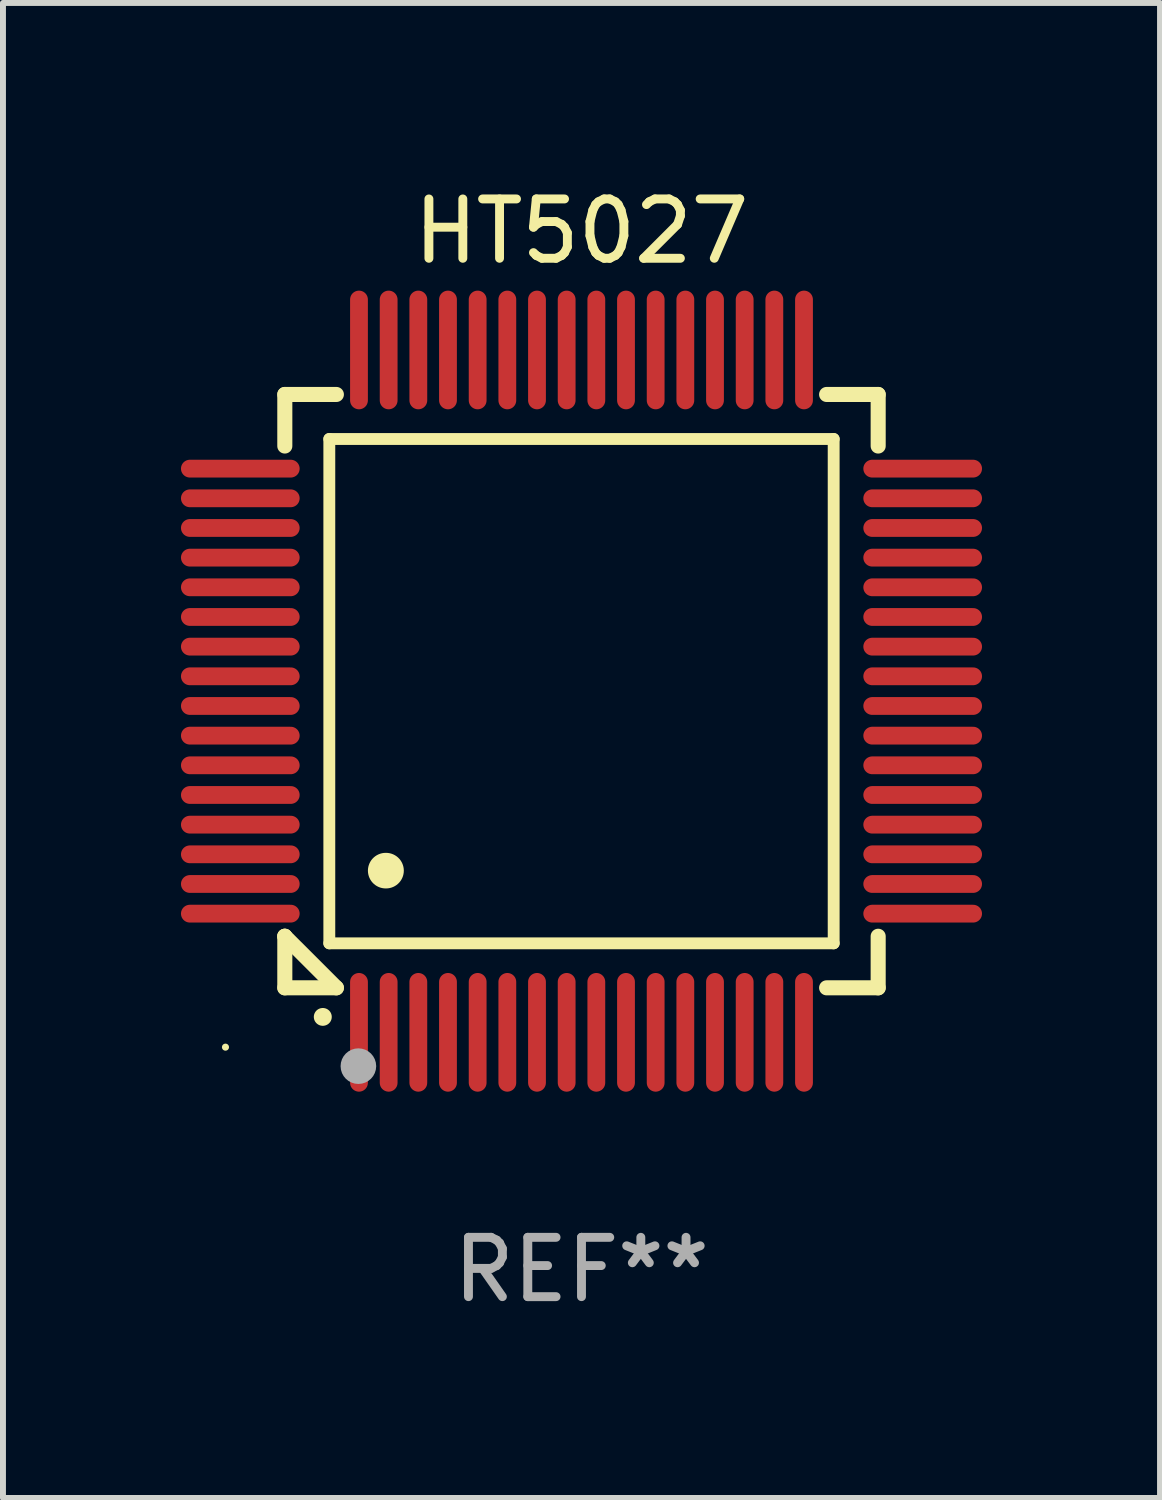
<source format=kicad_pcb>
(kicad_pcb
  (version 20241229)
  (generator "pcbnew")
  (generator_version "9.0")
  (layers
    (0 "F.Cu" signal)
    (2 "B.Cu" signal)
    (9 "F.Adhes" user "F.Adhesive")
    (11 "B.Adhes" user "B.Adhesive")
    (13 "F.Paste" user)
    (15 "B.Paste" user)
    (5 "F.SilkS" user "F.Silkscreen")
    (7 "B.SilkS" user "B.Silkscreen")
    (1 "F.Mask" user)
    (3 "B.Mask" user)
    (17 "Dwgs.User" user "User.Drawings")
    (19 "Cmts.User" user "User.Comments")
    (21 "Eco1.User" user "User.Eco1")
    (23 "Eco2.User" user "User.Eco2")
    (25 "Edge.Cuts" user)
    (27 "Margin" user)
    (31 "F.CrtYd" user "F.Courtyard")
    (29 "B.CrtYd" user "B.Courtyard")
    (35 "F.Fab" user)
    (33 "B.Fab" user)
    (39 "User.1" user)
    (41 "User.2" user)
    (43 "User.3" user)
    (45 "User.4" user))
  (footprint "HT5027"
    (layer "F.Cu")
    (at 6.75 8.598)
    (property "Reference" "HT5027" (at 0 -7.75 0) (layer "F.SilkS") (effects (font (size 1 1) (thickness 0.15))))
    (attr through_hole)
    (fp_line (start -5 -5) (end -4.131 -5) (stroke (width 0.254) (type solid)) (layer "F.SilkS"))
    (fp_line (start -5 -4.131) (end -5 -5) (stroke (width 0.254) (type solid)) (layer "F.SilkS"))
    (fp_line (start -5 4.131) (end -5 4.131) (stroke (width 0.254) (type solid)) (layer "F.SilkS"))
    (fp_line (start -5 5) (end -5 4.131) (stroke (width 0.254) (type solid)) (layer "F.SilkS"))
    (fp_line (start -5 4.131) (end -4.131 5) (stroke (width 0.254) (type solid)) (layer "F.SilkS"))
    (fp_line (start -4.25 -4.25) (end -4.25 4.25) (stroke (width 0.2) (type solid)) (layer "F.SilkS"))
    (fp_line (start -4.25 4.25) (end 4.25 4.25) (stroke (width 0.2) (type solid)) (layer "F.SilkS"))
    (fp_line (start -4.131 5) (end -5 5) (stroke (width 0.254) (type solid)) (layer "F.SilkS"))
    (fp_line (start 4.25 -4.25) (end -4.25 -4.25) (stroke (width 0.2) (type solid)) (layer "F.SilkS"))
    (fp_line (start 4.25 4.25) (end 4.25 -4.25) (stroke (width 0.2) (type solid)) (layer "F.SilkS"))
    (fp_line (start 5 -5) (end 4.131 -5) (stroke (width 0.254) (type solid)) (layer "F.SilkS"))
    (fp_line (start 5 -5) (end 5 -4.131) (stroke (width 0.254) (type solid)) (layer "F.SilkS"))
    (fp_line (start 5 4.131) (end 5 5) (stroke (width 0.254) (type solid)) (layer "F.SilkS"))
    (fp_line (start 5 5) (end 4.131 5) (stroke (width 0.254) (type solid)) (layer "F.SilkS"))
    (fp_arc (start -4.361265 5.489992) (mid -4.359995 5.489987) (end -4.358725 5.489992) (stroke (width 0.3) (type solid)) (layer "F.SilkS"))
    (fp_arc (start -3.299467 3.025146) (mid -3.296927 3.025135) (end -3.294387 3.025146) (stroke (width 0.6) (type solid)) (layer "F.SilkS"))
    (fp_circle (center -6 6) (end -5.97 6) (stroke (width 0.06) (type solid)) (fill no) (layer "F.SilkS"))
    (fp_circle (center -3.76 6.32) (end -3.61 6.32) (stroke (width 0.3) (type solid)) (fill no) (layer "F.Fab"))
    (fp_text user "REF**" (at 0 9.75 0) (layer "F.Fab") (effects (font (size 1 1) (thickness 0.15))))
    (pad "1" smd oval (at -3.75 5.75) (size 0.3 2) (layers "F.Cu" "F.Mask" "F.Paste"))
    (pad "2" smd oval (at -3.25 5.75) (size 0.3 2) (layers "F.Cu" "F.Mask" "F.Paste"))
    (pad "3" smd oval (at -2.75 5.75) (size 0.3 2) (layers "F.Cu" "F.Mask" "F.Paste"))
    (pad "4" smd oval (at -2.25 5.75) (size 0.3 2) (layers "F.Cu" "F.Mask" "F.Paste"))
    (pad "5" smd oval (at -1.75 5.75) (size 0.3 2) (layers "F.Cu" "F.Mask" "F.Paste"))
    (pad "6" smd oval (at -1.25 5.75) (size 0.3 2) (layers "F.Cu" "F.Mask" "F.Paste"))
    (pad "7" smd oval (at -0.75 5.75) (size 0.3 2) (layers "F.Cu" "F.Mask" "F.Paste"))
    (pad "8" smd oval (at -0.25 5.75) (size 0.3 2) (layers "F.Cu" "F.Mask" "F.Paste"))
    (pad "9" smd oval (at 0.25 5.75) (size 0.3 2) (layers "F.Cu" "F.Mask" "F.Paste"))
    (pad "10" smd oval (at 0.75 5.75) (size 0.3 2) (layers "F.Cu" "F.Mask" "F.Paste"))
    (pad "11" smd oval (at 1.25 5.75) (size 0.3 2) (layers "F.Cu" "F.Mask" "F.Paste"))
    (pad "12" smd oval (at 1.75 5.75) (size 0.3 2) (layers "F.Cu" "F.Mask" "F.Paste"))
    (pad "13" smd oval (at 2.25 5.75) (size 0.3 2) (layers "F.Cu" "F.Mask" "F.Paste"))
    (pad "14" smd oval (at 2.75 5.75) (size 0.3 2) (layers "F.Cu" "F.Mask" "F.Paste"))
    (pad "15" smd oval (at 3.25 5.75) (size 0.3 2) (layers "F.Cu" "F.Mask" "F.Paste"))
    (pad "16" smd oval (at 3.75 5.75) (size 0.3 2) (layers "F.Cu" "F.Mask" "F.Paste"))
    (pad "17" smd oval (at 5.75 3.75) (size 2 0.3) (layers "F.Cu" "F.Mask" "F.Paste"))
    (pad "18" smd oval (at 5.75 3.25) (size 2 0.3) (layers "F.Cu" "F.Mask" "F.Paste"))
    (pad "19" smd oval (at 5.75 2.75) (size 2 0.3) (layers "F.Cu" "F.Mask" "F.Paste"))
    (pad "20" smd oval (at 5.75 2.25) (size 2 0.3) (layers "F.Cu" "F.Mask" "F.Paste"))
    (pad "21" smd oval (at 5.75 1.75) (size 2 0.3) (layers "F.Cu" "F.Mask" "F.Paste"))
    (pad "22" smd oval (at 5.75 1.25) (size 2 0.3) (layers "F.Cu" "F.Mask" "F.Paste"))
    (pad "23" smd oval (at 5.75 0.75) (size 2 0.3) (layers "F.Cu" "F.Mask" "F.Paste"))
    (pad "24" smd oval (at 5.75 0.25) (size 2 0.3) (layers "F.Cu" "F.Mask" "F.Paste"))
    (pad "25" smd oval (at 5.75 -0.25) (size 2 0.3) (layers "F.Cu" "F.Mask" "F.Paste"))
    (pad "26" smd oval (at 5.75 -0.75) (size 2 0.3) (layers "F.Cu" "F.Mask" "F.Paste"))
    (pad "27" smd oval (at 5.75 -1.25) (size 2 0.3) (layers "F.Cu" "F.Mask" "F.Paste"))
    (pad "28" smd oval (at 5.75 -1.75) (size 2 0.3) (layers "F.Cu" "F.Mask" "F.Paste"))
    (pad "29" smd oval (at 5.75 -2.25) (size 2 0.3) (layers "F.Cu" "F.Mask" "F.Paste"))
    (pad "30" smd oval (at 5.75 -2.75) (size 2 0.3) (layers "F.Cu" "F.Mask" "F.Paste"))
    (pad "31" smd oval (at 5.75 -3.25) (size 2 0.3) (layers "F.Cu" "F.Mask" "F.Paste"))
    (pad "32" smd oval (at 5.75 -3.75) (size 2 0.3) (layers "F.Cu" "F.Mask" "F.Paste"))
    (pad "33" smd oval (at 3.75 -5.75) (size 0.3 2) (layers "F.Cu" "F.Mask" "F.Paste"))
    (pad "34" smd oval (at 3.25 -5.75) (size 0.3 2) (layers "F.Cu" "F.Mask" "F.Paste"))
    (pad "35" smd oval (at 2.75 -5.75) (size 0.3 2) (layers "F.Cu" "F.Mask" "F.Paste"))
    (pad "36" smd oval (at 2.25 -5.75) (size 0.3 2) (layers "F.Cu" "F.Mask" "F.Paste"))
    (pad "37" smd oval (at 1.75 -5.75) (size 0.3 2) (layers "F.Cu" "F.Mask" "F.Paste"))
    (pad "38" smd oval (at 1.25 -5.75) (size 0.3 2) (layers "F.Cu" "F.Mask" "F.Paste"))
    (pad "39" smd oval (at 0.75 -5.75) (size 0.3 2) (layers "F.Cu" "F.Mask" "F.Paste"))
    (pad "40" smd oval (at 0.25 -5.75) (size 0.3 2) (layers "F.Cu" "F.Mask" "F.Paste"))
    (pad "41" smd oval (at -0.25 -5.75) (size 0.3 2) (layers "F.Cu" "F.Mask" "F.Paste"))
    (pad "42" smd oval (at -0.75 -5.75) (size 0.3 2) (layers "F.Cu" "F.Mask" "F.Paste"))
    (pad "43" smd oval (at -1.25 -5.75) (size 0.3 2) (layers "F.Cu" "F.Mask" "F.Paste"))
    (pad "44" smd oval (at -1.75 -5.75) (size 0.3 2) (layers "F.Cu" "F.Mask" "F.Paste"))
    (pad "45" smd oval (at -2.25 -5.75) (size 0.3 2) (layers "F.Cu" "F.Mask" "F.Paste"))
    (pad "46" smd oval (at -2.75 -5.75) (size 0.3 2) (layers "F.Cu" "F.Mask" "F.Paste"))
    (pad "47" smd oval (at -3.25 -5.75) (size 0.3 2) (layers "F.Cu" "F.Mask" "F.Paste"))
    (pad "48" smd oval (at -3.75 -5.75) (size 0.3 2) (layers "F.Cu" "F.Mask" "F.Paste"))
    (pad "49" smd oval (at -5.75 -3.75) (size 2 0.3) (layers "F.Cu" "F.Mask" "F.Paste"))
    (pad "50" smd oval (at -5.75 -3.25) (size 2 0.3) (layers "F.Cu" "F.Mask" "F.Paste"))
    (pad "51" smd oval (at -5.75 -2.75) (size 2 0.3) (layers "F.Cu" "F.Mask" "F.Paste"))
    (pad "52" smd oval (at -5.75 -2.25) (size 2 0.3) (layers "F.Cu" "F.Mask" "F.Paste"))
    (pad "53" smd oval (at -5.75 -1.75) (size 2 0.3) (layers "F.Cu" "F.Mask" "F.Paste"))
    (pad "54" smd oval (at -5.75 -1.25) (size 2 0.3) (layers "F.Cu" "F.Mask" "F.Paste"))
    (pad "55" smd oval (at -5.75 -0.75) (size 2 0.3) (layers "F.Cu" "F.Mask" "F.Paste"))
    (pad "56" smd oval (at -5.75 -0.25) (size 2 0.3) (layers "F.Cu" "F.Mask" "F.Paste"))
    (pad "57" smd oval (at -5.75 0.25) (size 2 0.3) (layers "F.Cu" "F.Mask" "F.Paste"))
    (pad "58" smd oval (at -5.75 0.75) (size 2 0.3) (layers "F.Cu" "F.Mask" "F.Paste"))
    (pad "59" smd oval (at -5.75 1.25) (size 2 0.3) (layers "F.Cu" "F.Mask" "F.Paste"))
    (pad "60" smd oval (at -5.75 1.75) (size 2 0.3) (layers "F.Cu" "F.Mask" "F.Paste"))
    (pad "61" smd oval (at -5.75 2.25) (size 2 0.3) (layers "F.Cu" "F.Mask" "F.Paste"))
    (pad "62" smd oval (at -5.75 2.75) (size 2 0.3) (layers "F.Cu" "F.Mask" "F.Paste"))
    (pad "63" smd oval (at -5.75 3.25) (size 2 0.3) (layers "F.Cu" "F.Mask" "F.Paste"))
    (pad "64" smd oval (at -5.75 3.75) (size 2 0.3) (layers "F.Cu" "F.Mask" "F.Paste")))
  (gr_rect
    (start -3 -3)
    (end 16.5 22.196)
    (stroke (width 0.1) (type default))
    (fill no)
    (layer "Edge.Cuts")))
</source>
